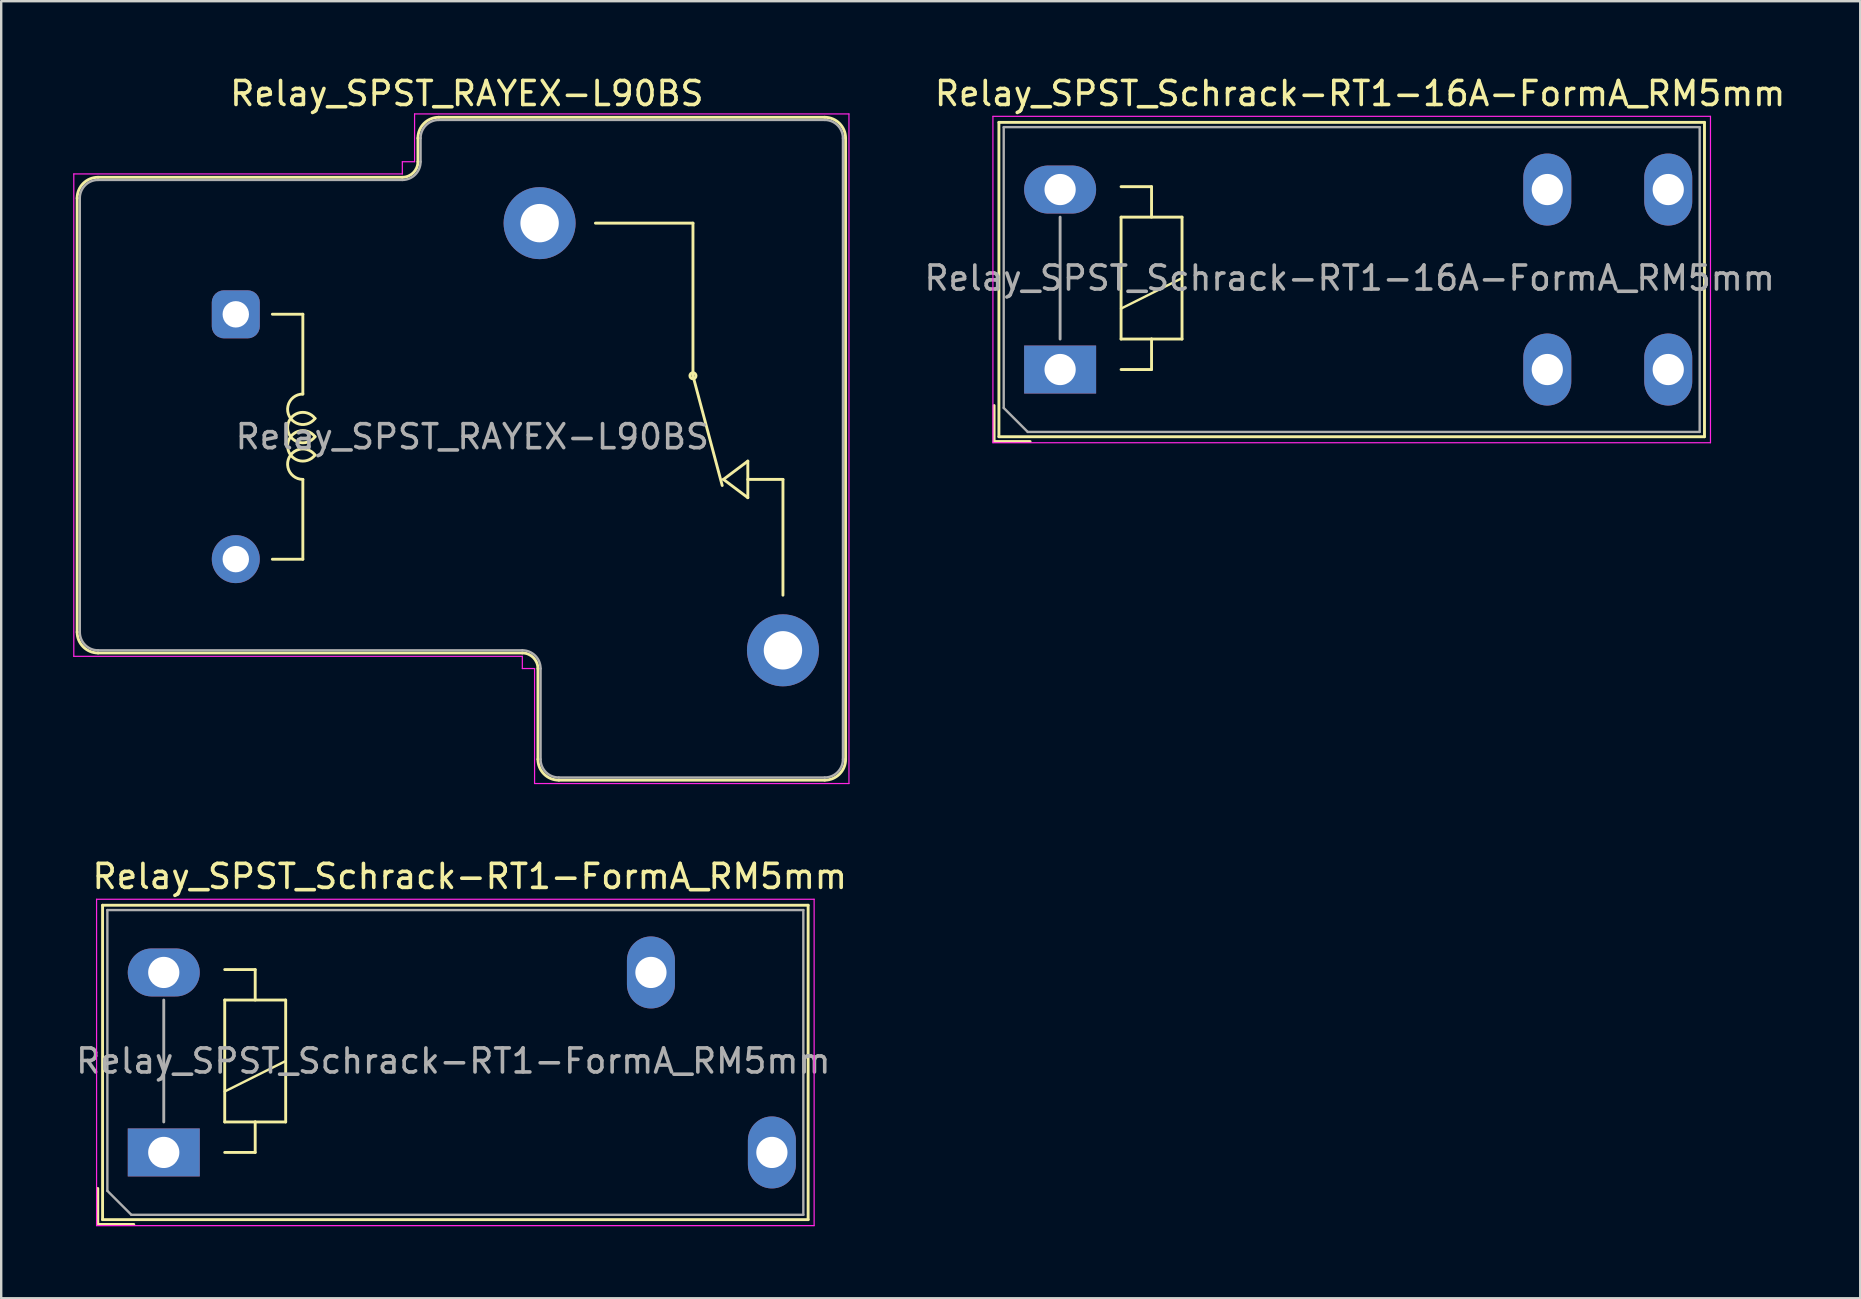
<source format=kicad_pcb>
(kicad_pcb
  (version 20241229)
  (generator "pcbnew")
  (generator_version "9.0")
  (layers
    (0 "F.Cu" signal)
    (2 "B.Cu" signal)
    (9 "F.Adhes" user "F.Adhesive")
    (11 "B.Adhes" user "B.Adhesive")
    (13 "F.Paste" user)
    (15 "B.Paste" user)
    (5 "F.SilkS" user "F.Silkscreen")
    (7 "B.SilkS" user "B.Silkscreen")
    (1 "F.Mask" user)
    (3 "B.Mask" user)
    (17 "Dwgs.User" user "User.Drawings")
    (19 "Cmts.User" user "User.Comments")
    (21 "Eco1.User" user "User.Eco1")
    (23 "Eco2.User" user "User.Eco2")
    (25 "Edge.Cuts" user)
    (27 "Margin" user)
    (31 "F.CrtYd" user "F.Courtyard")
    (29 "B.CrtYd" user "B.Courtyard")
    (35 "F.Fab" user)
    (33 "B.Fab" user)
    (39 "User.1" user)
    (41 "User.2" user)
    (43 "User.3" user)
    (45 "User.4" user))
  (footprint "Relay_SPST_Schrack-RT1-FormA_RM5mm"
    (layer "F.Cu")
    (at 3.774 44.971)
    (property "Reference" "Relay_SPST_Schrack-RT1-FormA_RM5mm" (at 12.75 -11.5 0) (layer "F.SilkS") (effects (font (size 1 1) (thickness 0.15))))
    (attr through_hole)
    (fp_line (start -2.75 1.5) (end -2.75 3) (stroke (width 0.12) (type solid)) (layer "F.SilkS"))
    (fp_line (start -2.75 3) (end -1.25 3) (stroke (width 0.12) (type solid)) (layer "F.SilkS"))
    (fp_line (start -2.55 -10.3) (end -2.55 2.8) (stroke (width 0.12) (type solid)) (layer "F.SilkS"))
    (fp_line (start -2.55 2.8) (end 26.85 2.8) (stroke (width 0.12) (type solid)) (layer "F.SilkS"))
    (fp_line (start 2.54 -6.35) (end 2.54 -1.27) (stroke (width 0.12) (type solid)) (layer "F.SilkS"))
    (fp_line (start 2.54 -2.54) (end 5.08 -3.81) (stroke (width 0.1) (type solid)) (layer "F.SilkS"))
    (fp_line (start 2.54 -1.27) (end 3.81 -1.27) (stroke (width 0.12) (type solid)) (layer "F.SilkS"))
    (fp_line (start 2.54 0) (end 3.81 0) (stroke (width 0.12) (type solid)) (layer "F.SilkS"))
    (fp_line (start 3.81 -7.62) (end 2.54 -7.62) (stroke (width 0.12) (type solid)) (layer "F.SilkS"))
    (fp_line (start 3.81 -6.35) (end 3.81 -7.62) (stroke (width 0.12) (type solid)) (layer "F.SilkS"))
    (fp_line (start 3.81 -1.27) (end 5.08 -1.27) (stroke (width 0.12) (type solid)) (layer "F.SilkS"))
    (fp_line (start 3.81 0) (end 3.81 -1.27) (stroke (width 0.12) (type solid)) (layer "F.SilkS"))
    (fp_line (start 5.08 -6.35) (end 2.54 -6.35) (stroke (width 0.12) (type solid)) (layer "F.SilkS"))
    (fp_line (start 5.08 -1.27) (end 5.08 -6.35) (stroke (width 0.12) (type solid)) (layer "F.SilkS"))
    (fp_line (start 26.85 -10.3) (end -2.55 -10.3) (stroke (width 0.12) (type solid)) (layer "F.SilkS"))
    (fp_line (start 26.85 2.8) (end 26.85 -10.3) (stroke (width 0.12) (type solid)) (layer "F.SilkS"))
    (fp_line (start -2.8 -10.55) (end -2.8 3.05) (stroke (width 0.05) (type solid)) (layer "F.CrtYd"))
    (fp_line (start -2.8 3.05) (end 27.1 3.05) (stroke (width 0.05) (type solid)) (layer "F.CrtYd"))
    (fp_line (start 27.1 -10.55) (end -2.8 -10.55) (stroke (width 0.05) (type solid)) (layer "F.CrtYd"))
    (fp_line (start 27.1 3.05) (end 27.1 -10.55) (stroke (width 0.05) (type solid)) (layer "F.CrtYd"))
    (fp_line (start -2.35 -10.1) (end -2.35 1.6) (stroke (width 0.1) (type solid)) (layer "F.Fab"))
    (fp_line (start -2.35 1.6) (end -1.35 2.6) (stroke (width 0.1) (type solid)) (layer "F.Fab"))
    (fp_line (start -1.35 2.6) (end 26.65 2.6) (stroke (width 0.1) (type solid)) (layer "F.Fab"))
    (fp_line (start 0 -1.27) (end 0 -6.35) (stroke (width 0.12) (type solid)) (layer "F.Fab"))
    (fp_line (start 26.65 -10.1) (end -2.35 -10.1) (stroke (width 0.1) (type solid)) (layer "F.Fab"))
    (fp_line (start 26.65 2.6) (end 26.65 -10.1) (stroke (width 0.1) (type solid)) (layer "F.Fab"))
    (fp_text user "${REFERENCE}" (at 12.065 -3.81 180) (layer "F.Fab") (effects (font (size 1 1) (thickness 0.15))))
    (pad "11" thru_hole oval (at 20.3 -7.5 180) (size 2 3) (drill 1.3) (layers "*.Cu" "*.Mask"))
    (pad "14" thru_hole oval (at 25.34 0 180) (size 2 3) (drill 1.3) (layers "*.Cu" "*.Mask"))
    (pad "A1" thru_hole rect (at 0 0 180) (size 3 2) (drill 1.3) (layers "*.Cu" "*.Mask"))
    (pad "A2" thru_hole oval (at 0 -7.5 180) (size 3 2) (drill 1.3) (layers "*.Cu" "*.Mask")))
  (footprint "Relay_SPST_Schrack-RT1-16A-FormA_RM5mm"
    (layer "F.Cu")
    (at 41.124 12.348)
    (property "Reference" "Relay_SPST_Schrack-RT1-16A-FormA_RM5mm" (at 12.5 -11.5 0) (layer "F.SilkS") (effects (font (size 1 1) (thickness 0.15))))
    (attr through_hole)
    (fp_line (start -2.75 1.5) (end -2.75 3) (stroke (width 0.12) (type solid)) (layer "F.SilkS"))
    (fp_line (start -2.75 3) (end -1.25 3) (stroke (width 0.12) (type solid)) (layer "F.SilkS"))
    (fp_line (start -2.55 -10.3) (end -2.55 2.8) (stroke (width 0.12) (type solid)) (layer "F.SilkS"))
    (fp_line (start -2.55 2.8) (end 26.85 2.8) (stroke (width 0.12) (type solid)) (layer "F.SilkS"))
    (fp_line (start 2.54 -6.35) (end 2.54 -1.27) (stroke (width 0.12) (type solid)) (layer "F.SilkS"))
    (fp_line (start 2.54 -2.54) (end 5.08 -3.81) (stroke (width 0.1) (type solid)) (layer "F.SilkS"))
    (fp_line (start 2.54 -1.27) (end 3.81 -1.27) (stroke (width 0.12) (type solid)) (layer "F.SilkS"))
    (fp_line (start 2.54 0) (end 3.81 0) (stroke (width 0.12) (type solid)) (layer "F.SilkS"))
    (fp_line (start 3.81 -7.62) (end 2.54 -7.62) (stroke (width 0.12) (type solid)) (layer "F.SilkS"))
    (fp_line (start 3.81 -6.35) (end 3.81 -7.62) (stroke (width 0.12) (type solid)) (layer "F.SilkS"))
    (fp_line (start 3.81 -1.27) (end 5.08 -1.27) (stroke (width 0.12) (type solid)) (layer "F.SilkS"))
    (fp_line (start 3.81 0) (end 3.81 -1.27) (stroke (width 0.12) (type solid)) (layer "F.SilkS"))
    (fp_line (start 5.08 -6.35) (end 2.54 -6.35) (stroke (width 0.12) (type solid)) (layer "F.SilkS"))
    (fp_line (start 5.08 -1.27) (end 5.08 -6.35) (stroke (width 0.12) (type solid)) (layer "F.SilkS"))
    (fp_line (start 26.85 -10.3) (end -2.55 -10.3) (stroke (width 0.12) (type solid)) (layer "F.SilkS"))
    (fp_line (start 26.85 2.8) (end 26.85 -10.3) (stroke (width 0.12) (type solid)) (layer "F.SilkS"))
    (fp_line (start -2.8 -10.55) (end -2.8 3.05) (stroke (width 0.05) (type solid)) (layer "F.CrtYd"))
    (fp_line (start -2.8 3.05) (end 27.1 3.05) (stroke (width 0.05) (type solid)) (layer "F.CrtYd"))
    (fp_line (start 27.1 -10.55) (end -2.8 -10.55) (stroke (width 0.05) (type solid)) (layer "F.CrtYd"))
    (fp_line (start 27.1 3.05) (end 27.1 -10.55) (stroke (width 0.05) (type solid)) (layer "F.CrtYd"))
    (fp_line (start -2.35 -10.1) (end -2.35 1.6) (stroke (width 0.1) (type solid)) (layer "F.Fab"))
    (fp_line (start -2.35 1.6) (end -1.35 2.6) (stroke (width 0.1) (type solid)) (layer "F.Fab"))
    (fp_line (start -1.35 2.6) (end 26.65 2.6) (stroke (width 0.1) (type solid)) (layer "F.Fab"))
    (fp_line (start 0 -1.27) (end 0 -6.35) (stroke (width 0.12) (type solid)) (layer "F.Fab"))
    (fp_line (start 26.65 -10.1) (end -2.35 -10.1) (stroke (width 0.1) (type solid)) (layer "F.Fab"))
    (fp_line (start 26.65 2.6) (end 26.65 -10.1) (stroke (width 0.1) (type solid)) (layer "F.Fab"))
    (fp_text user "${REFERENCE}" (at 12.065 -3.81 180) (layer "F.Fab") (effects (font (size 1 1) (thickness 0.15))))
    (pad "11" thru_hole oval (at 20.3 -7.5 180) (size 2 3) (drill 1.3) (layers "*.Cu" "*.Mask"))
    (pad "11" thru_hole oval (at 20.3 0 180) (size 2 3) (drill 1.3) (layers "*.Cu" "*.Mask"))
    (pad "14" thru_hole oval (at 25.34 -7.5 180) (size 2 3) (drill 1.3) (layers "*.Cu" "*.Mask"))
    (pad "14" thru_hole oval (at 25.34 0 180) (size 2 3) (drill 1.3) (layers "*.Cu" "*.Mask"))
    (pad "A1" thru_hole rect (at 0 0 180) (size 3 2) (drill 1.3) (layers "*.Cu" "*.Mask"))
    (pad "A2" thru_hole oval (at 0 -7.5 180) (size 3 2) (drill 1.3) (layers "*.Cu" "*.Mask")))
  (footprint "Relay_SPST_RAYEX-L90BS"
    (layer "F.Cu")
    (at 4.235 15.148)
    (property "Reference" "Relay_SPST_RAYEX-L90BS" (at 12.167 -14.3 0) (layer "F.SilkS") (effects (font (size 1 1) (thickness 0.15))))
    (attr through_hole)
    (fp_line (start -4.07 -9.94) (end -4.07 8.14) (stroke (width 0.12) (type solid)) (layer "F.SilkS"))
    (fp_line (start -3.2 -10.81) (end 9.48 -10.81) (stroke (width 0.12) (type solid)) (layer "F.SilkS"))
    (fp_line (start -3.2 9.01) (end 14.48 9.01) (stroke (width 0.12) (type solid)) (layer "F.SilkS"))
    (fp_line (start 4.064 -5.105) (end 5.334 -5.105) (stroke (width 0.12) (type solid)) (layer "F.SilkS"))
    (fp_line (start 5.334 -1.778) (end 5.334 -5.105) (stroke (width 0.12) (type solid)) (layer "F.SilkS"))
    (fp_line (start 5.334 5.105) (end 4.064 5.105) (stroke (width 0.12) (type solid)) (layer "F.SilkS"))
    (fp_line (start 5.334 5.105) (end 5.334 1.778) (stroke (width 0.12) (type solid)) (layer "F.SilkS"))
    (fp_line (start 10.13 -12.44) (end 10.13 -11.46) (stroke (width 0.12) (type solid)) (layer "F.SilkS"))
    (fp_line (start 11 -13.31) (end 27.08 -13.31) (stroke (width 0.12) (type solid)) (layer "F.SilkS"))
    (fp_line (start 15.13 9.66) (end 15.13 13.44) (stroke (width 0.12) (type solid)) (layer "F.SilkS"))
    (fp_line (start 16 14.31) (end 27.08 14.31) (stroke (width 0.12) (type solid)) (layer "F.SilkS"))
    (fp_line (start 21.59 -8.9) (end 17.526 -8.9) (stroke (width 0.12) (type solid)) (layer "F.SilkS"))
    (fp_line (start 21.59 -2.54) (end 21.59 -8.9) (stroke (width 0.12) (type solid)) (layer "F.SilkS"))
    (fp_line (start 21.59 -2.54) (end 22.809 2.032) (stroke (width 0.12) (type solid)) (layer "F.SilkS"))
    (fp_line (start 22.86 1.778) (end 23.876 1.016) (stroke (width 0.12) (type solid)) (layer "F.SilkS"))
    (fp_line (start 23.876 1.778) (end 25.34 1.778) (stroke (width 0.12) (type solid)) (layer "F.SilkS"))
    (fp_line (start 23.876 2.54) (end 22.86 1.778) (stroke (width 0.12) (type solid)) (layer "F.SilkS"))
    (fp_line (start 23.876 2.54) (end 23.876 1.016) (stroke (width 0.12) (type solid)) (layer "F.SilkS"))
    (fp_line (start 25.34 1.778) (end 25.34 6.604) (stroke (width 0.12) (type solid)) (layer "F.SilkS"))
    (fp_line (start 27.95 -12.44) (end 27.95 13.44) (stroke (width 0.12) (type solid)) (layer "F.SilkS"))
    (fp_arc (start -4.07 -9.94) (mid -3.815183 -10.555183) (end -3.2 -10.81) (stroke (width 0.12) (type solid)) (layer "F.SilkS"))
    (fp_arc (start -3.2 9.01) (mid -3.815183 8.755183) (end -4.07 8.14) (stroke (width 0.12) (type solid)) (layer "F.SilkS"))
    (fp_arc (start 5.334002 1.777997) (mid 4.765966 0.859166) (end 5.841802 0.76173) (stroke (width 0.12) (type solid)) (layer "F.SilkS"))
    (fp_arc (start 5.8418 -0.761733) (mid 4.765964 -0.859168) (end 5.334 -1.778) (stroke (width 0.12) (type solid)) (layer "F.SilkS"))
    (fp_arc (start 5.842265 -0.000355) (mid 4.699002 -0.38078) (end 5.842 -0.762001) (stroke (width 0.12) (type solid)) (layer "F.SilkS"))
    (fp_arc (start 5.842266 0.761644) (mid 4.699003 0.381219) (end 5.842001 -0.000002) (stroke (width 0.12) (type solid)) (layer "F.SilkS"))
    (fp_arc (start 10.13 -12.44) (mid 10.384817 -13.055183) (end 11 -13.31) (stroke (width 0.12) (type solid)) (layer "F.SilkS"))
    (fp_arc (start 10.13 -11.46) (mid 9.939619 -11.000381) (end 9.48 -10.81) (stroke (width 0.12) (type solid)) (layer "F.SilkS"))
    (fp_arc (start 14.48 9.01) (mid 14.939619 9.200381) (end 15.13 9.66) (stroke (width 0.12) (type solid)) (layer "F.SilkS"))
    (fp_arc (start 16 14.31) (mid 15.384817 14.055183) (end 15.13 13.44) (stroke (width 0.12) (type solid)) (layer "F.SilkS"))
    (fp_arc (start 27.08 -13.31) (mid 27.695183 -13.055183) (end 27.95 -12.44) (stroke (width 0.12) (type solid)) (layer "F.SilkS"))
    (fp_arc (start 27.95 13.44) (mid 27.695183 14.055183) (end 27.08 14.31) (stroke (width 0.12) (type solid)) (layer "F.SilkS"))
    (fp_circle (center 21.59 -2.54) (end 21.59 -2.413) (stroke (width 0.12) (type solid)) (fill no) (layer "F.SilkS"))
    (fp_line (start -4.21 -10.95) (end -4.21 9.15) (stroke (width 0.05) (type solid)) (layer "F.CrtYd"))
    (fp_line (start -4.21 -10.95) (end 9.48 -10.95) (stroke (width 0.05) (type solid)) (layer "F.CrtYd"))
    (fp_line (start -4.21 9.15) (end 14.48 9.15) (stroke (width 0.05) (type solid)) (layer "F.CrtYd"))
    (fp_line (start 9.48 -11.46) (end 9.48 -10.95) (stroke (width 0.05) (type solid)) (layer "F.CrtYd"))
    (fp_line (start 9.48 -11.46) (end 9.99 -11.46) (stroke (width 0.05) (type solid)) (layer "F.CrtYd"))
    (fp_line (start 9.99 -13.45) (end 9.99 -11.46) (stroke (width 0.05) (type solid)) (layer "F.CrtYd"))
    (fp_line (start 9.99 -13.45) (end 28.09 -13.45) (stroke (width 0.05) (type solid)) (layer "F.CrtYd"))
    (fp_line (start 14.48 9.15) (end 14.48 9.66) (stroke (width 0.05) (type solid)) (layer "F.CrtYd"))
    (fp_line (start 14.48 9.66) (end 14.99 9.66) (stroke (width 0.05) (type solid)) (layer "F.CrtYd"))
    (fp_line (start 14.99 9.66) (end 14.99 14.45) (stroke (width 0.05) (type solid)) (layer "F.CrtYd"))
    (fp_line (start 14.99 14.45) (end 28.09 14.45) (stroke (width 0.05) (type solid)) (layer "F.CrtYd"))
    (fp_line (start 28.09 -13.45) (end 28.09 14.45) (stroke (width 0.05) (type solid)) (layer "F.CrtYd"))
    (fp_line (start -3.96 -9.94) (end -3.96 8.14) (stroke (width 0.1) (type solid)) (layer "F.Fab"))
    (fp_line (start -3.2 -10.7) (end 9.48 -10.7) (stroke (width 0.1) (type solid)) (layer "F.Fab"))
    (fp_line (start -3.2 8.9) (end 14.48 8.9) (stroke (width 0.1) (type solid)) (layer "F.Fab"))
    (fp_line (start 10.24 -12.44) (end 10.24 -11.46) (stroke (width 0.1) (type solid)) (layer "F.Fab"))
    (fp_line (start 11 -13.2) (end 27.08 -13.2) (stroke (width 0.1) (type solid)) (layer "F.Fab"))
    (fp_line (start 15.24 9.66) (end 15.24 13.44) (stroke (width 0.1) (type solid)) (layer "F.Fab"))
    (fp_line (start 16 14.2) (end 27.08 14.2) (stroke (width 0.1) (type solid)) (layer "F.Fab"))
    (fp_line (start 27.84 -12.44) (end 27.84 13.44) (stroke (width 0.1) (type solid)) (layer "F.Fab"))
    (fp_arc (start -3.96 -9.94) (mid -3.737401 -10.477401) (end -3.2 -10.7) (stroke (width 0.1) (type solid)) (layer "F.Fab"))
    (fp_arc (start -3.2 8.9) (mid -3.737401 8.677401) (end -3.96 8.14) (stroke (width 0.1) (type solid)) (layer "F.Fab"))
    (fp_arc (start 10.24 -12.44) (mid 10.462599 -12.977401) (end 11 -13.2) (stroke (width 0.1) (type solid)) (layer "F.Fab"))
    (fp_arc (start 10.24 -11.46) (mid 10.017401 -10.922599) (end 9.48 -10.7) (stroke (width 0.1) (type solid)) (layer "F.Fab"))
    (fp_arc (start 14.48 8.9) (mid 15.017401 9.122599) (end 15.24 9.66) (stroke (width 0.1) (type solid)) (layer "F.Fab"))
    (fp_arc (start 16 14.2) (mid 15.462599 13.977401) (end 15.24 13.44) (stroke (width 0.1) (type solid)) (layer "F.Fab"))
    (fp_arc (start 27.08 -13.2) (mid 27.617401 -12.977401) (end 27.84 -12.44) (stroke (width 0.1) (type solid)) (layer "F.Fab"))
    (fp_arc (start 27.84 13.44) (mid 27.617401 13.977401) (end 27.08 14.2) (stroke (width 0.1) (type solid)) (layer "F.Fab"))
    (fp_text user "${REFERENCE}" (at 12.395 0 0) (layer "F.Fab") (effects (font (size 1 1) (thickness 0.15))))
    (pad "11" thru_hole circle (at 15.2 -8.9 180) (size 3 3) (drill 1.6) (layers "*.Cu" "*.Mask"))
    (pad "12" thru_hole circle (at 25.34 8.9 180) (size 3 3) (drill 1.6) (layers "*.Cu" "*.Mask"))
    (pad "A1" thru_hole roundrect (at 2.54 -5.1 180) (size 2 2) (drill 1.1) (layers "*.Cu" "*.Mask") (roundrect_rratio 0.25))
    (pad "A2" thru_hole circle (at 2.54 5.1 180) (size 2 2) (drill 1.1) (layers "*.Cu" "*.Mask")))
  (gr_rect
    (start -3 -3)
    (end 74.464 51.047)
    (stroke (width 0.1) (type default))
    (fill no)
    (layer "Edge.Cuts")))
</source>
